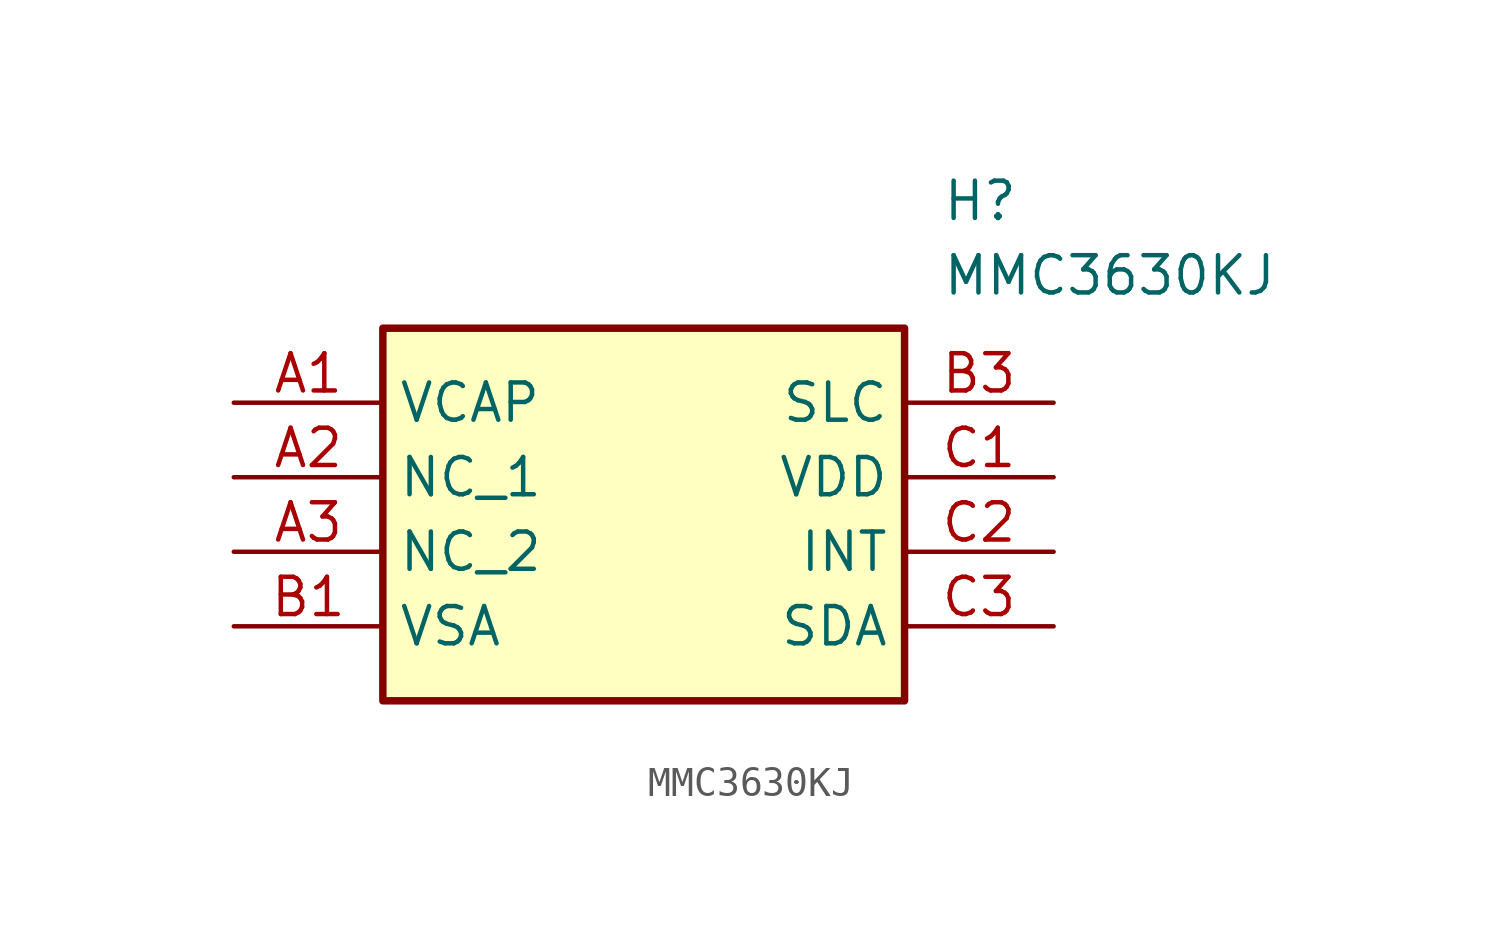
<source format=kicad_sym>
(kicad_symbol_lib
  (version 20211014)
  (generator SamacSys_ECAD_Model)
  (symbol "MMC3630KJ"
    (property "Reference" "H"
      (at 24.13 7.62 0)
      (effects (font (size 1.27 1.27)) (justify left top)))
    (property "Value" "MMC3630KJ"
      (at 24.13 5.08 0)
      (effects (font (size 1.27 1.27)) (justify left top)))
    (rectangle
      (start 5.08 2.54)
      (end 22.86 -10.16)
      (stroke (width 0.254) (type default))
      (fill (type background)))
    (pin power_in line
      (at 0 0 0)
      (length 5.08)
      (name "VCAP" (effects (font (size 1.27 1.27))))
      (number "A1" (effects (font (size 1.27 1.27)))))
    (pin passive line
      (at 0 -2.54 0)
      (length 5.08)
      (name "NC_1" (effects (font (size 1.27 1.27))))
      (number "A2" (effects (font (size 1.27 1.27)))))
    (pin passive line
      (at 0 -5.08 0)
      (length 5.08)
      (name "NC_2" (effects (font (size 1.27 1.27))))
      (number "A3" (effects (font (size 1.27 1.27)))))
    (pin power_in line
      (at 0 -7.62 0)
      (length 5.08)
      (name "VSA" (effects (font (size 1.27 1.27))))
      (number "B1" (effects (font (size 1.27 1.27)))))
    (pin input line
      (at 27.94 0 180)
      (length 5.08)
      (name "SLC" (effects (font (size 1.27 1.27))))
      (number "B3" (effects (font (size 1.27 1.27)))))
    (pin power_in line
      (at 27.94 -2.54 180)
      (length 5.08)
      (name "VDD" (effects (font (size 1.27 1.27))))
      (number "C1" (effects (font (size 1.27 1.27)))))
    (pin output line
      (at 27.94 -5.08 180)
      (length 5.08)
      (name "INT" (effects (font (size 1.27 1.27))))
      (number "C2" (effects (font (size 1.27 1.27)))))
    (pin bidirectional line
      (at 27.94 -7.62 180)
      (length 5.08)
      (name "SDA" (effects (font (size 1.27 1.27))))
      (number "C3" (effects (font (size 1.27 1.27)))))))
</source>
